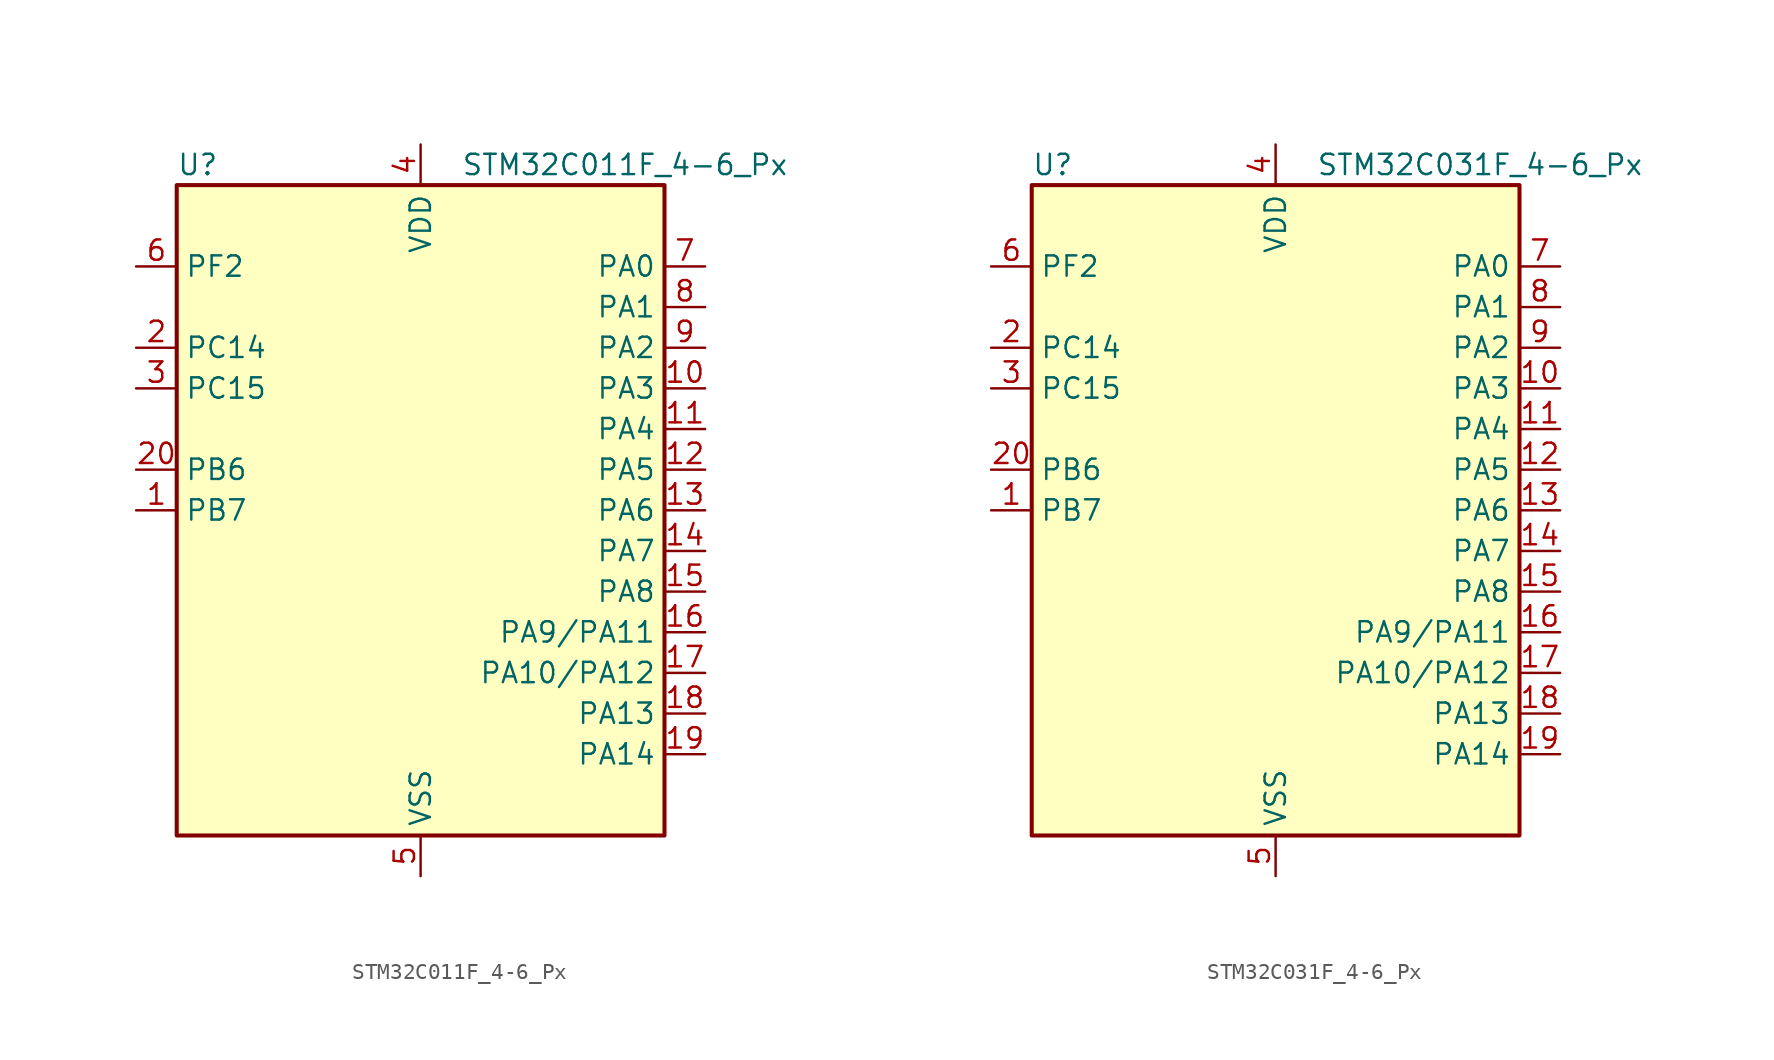
<source format=kicad_sym>
(kicad_symbol_lib
  (version 20241209)
  (generator "kicad_symbol_editor")
  (generator_version "9.0")
  (symbol "STM32C011F_4-6_Px"
    (property "Reference" "U"
      (at -15.24 21.59 0)
      (effects (font (size 1.27 1.27)) (justify left)))
    (property "Value" "STM32C011F_4-6_Px"
      (at 2.54 21.59 0)
      (effects (font (size 1.27 1.27)) (justify left)))
    (symbol "STM32C011F_4-6_Px_0_1"
      (rectangle (start -15.24 -20.32) (end 15.24 20.32) (stroke (width 0.254) (type default)) (fill (type background))))
    (symbol "STM32C011F_4-6_Px_1_1"
      (pin bidirectional line (at -17.78 15.24 0) (length 2.54) (name "PF2" (effects (font (size 1.27 1.27)))) (number "6" (effects (font (size 1.27 1.27)))) (alternate "RCC_MCO" bidirectional line) (alternate "TIM1_CH4" bidirectional line))
      (pin bidirectional line (at -17.78 10.16 0) (length 2.54) (name "PC14" (effects (font (size 1.27 1.27)))) (number "2" (effects (font (size 1.27 1.27)))) (alternate "I2C1_SDA" bidirectional line) (alternate "IR_OUT" bidirectional line) (alternate "RCC_OSCX_IN" bidirectional line) (alternate "TIM17_CH1" bidirectional line) (alternate "TIM1_BKIN2" bidirectional line) (alternate "TIM1_ETR" bidirectional line) (alternate "TIM3_CH2" bidirectional line) (alternate "USART1_TX" bidirectional line) (alternate "USART2_CK" bidirectional line) (alternate "USART2_DE" bidirectional line) (alternate "USART2_RTS" bidirectional line))
      (pin bidirectional line (at -17.78 7.62 0) (length 2.54) (name "PC15" (effects (font (size 1.27 1.27)))) (number "3" (effects (font (size 1.27 1.27)))) (alternate "RCC_OSC32_EN" bidirectional line) (alternate "RCC_OSCX_OUT" bidirectional line) (alternate "RCC_OSC_EN" bidirectional line) (alternate "TIM1_ETR" bidirectional line) (alternate "TIM3_CH3" bidirectional line))
      (pin bidirectional line (at -17.78 2.54 0) (length 2.54) (name "PB6" (effects (font (size 1.27 1.27)))) (number "20" (effects (font (size 1.27 1.27)))) (alternate "I2C1_SCL" bidirectional line) (alternate "I2C1_SMBA" bidirectional line) (alternate "I2S1_CK" bidirectional line) (alternate "I2S1_MCK" bidirectional line) (alternate "I2S1_SD" bidirectional line) (alternate "PWR_WKUP3" bidirectional line) (alternate "SPI1_MISO" bidirectional line) (alternate "SPI1_MOSI" bidirectional line) (alternate "SPI1_SCK" bidirectional line) (alternate "TIM16_BKIN" bidirectional line) (alternate "TIM16_CH1N" bidirectional line) (alternate "TIM17_BKIN" bidirectional line) (alternate "TIM1_CH2" bidirectional line) (alternate "TIM1_CH3" bidirectional line) (alternate "TIM3_CH1" bidirectional line) (alternate "TIM3_CH2" bidirectional line) (alternate "TIM3_CH3" bidirectional line) (alternate "USART1_CK" bidirectional line) (alternate "USART1_CTS" bidirectional line) (alternate "USART1_DE" bidirectional line) (alternate "USART1_NSS" bidirectional line) (alternate "USART1_RTS" bidirectional line) (alternate "USART1_TX" bidirectional line))
      (pin bidirectional line (at -17.78 0 0) (length 2.54) (name "PB7" (effects (font (size 1.27 1.27)))) (number "1" (effects (font (size 1.27 1.27)))) (alternate "I2C1_SCL" bidirectional line) (alternate "I2C1_SDA" bidirectional line) (alternate "RTC_REFIN" bidirectional line) (alternate "TIM16_CH1" bidirectional line) (alternate "TIM17_CH1N" bidirectional line) (alternate "TIM1_CH4" bidirectional line) (alternate "TIM3_CH1" bidirectional line) (alternate "TIM3_CH4" bidirectional line) (alternate "USART1_RX" bidirectional line) (alternate "USART2_CTS" bidirectional line) (alternate "USART2_NSS" bidirectional line))
      (pin power_in line (at 0 22.86 270) (length 2.54) (name "VDD" (effects (font (size 1.27 1.27)))) (number "4" (effects (font (size 1.27 1.27)))))
      (pin power_in line (at 0 -22.86 90) (length 2.54) (name "VSS" (effects (font (size 1.27 1.27)))) (number "5" (effects (font (size 1.27 1.27)))))
      (pin bidirectional line (at 17.78 15.24 180) (length 2.54) (name "PA0" (effects (font (size 1.27 1.27)))) (number "7" (effects (font (size 1.27 1.27)))) (alternate "ADC1_IN0" bidirectional line) (alternate "PWR_WKUP1" bidirectional line) (alternate "TIM16_CH1" bidirectional line) (alternate "TIM1_CH1" bidirectional line) (alternate "USART1_TX" bidirectional line) (alternate "USART2_CTS" bidirectional line) (alternate "USART2_NSS" bidirectional line))
      (pin bidirectional line (at 17.78 12.7 180) (length 2.54) (name "PA1" (effects (font (size 1.27 1.27)))) (number "8" (effects (font (size 1.27 1.27)))) (alternate "ADC1_IN1" bidirectional line) (alternate "I2C1_SMBA" bidirectional line) (alternate "I2S1_CK" bidirectional line) (alternate "SPI1_SCK" bidirectional line) (alternate "TIM17_CH1" bidirectional line) (alternate "TIM1_CH2" bidirectional line) (alternate "USART1_RX" bidirectional line) (alternate "USART2_CK" bidirectional line) (alternate "USART2_DE" bidirectional line) (alternate "USART2_RTS" bidirectional line))
      (pin bidirectional line (at 17.78 10.16 180) (length 2.54) (name "PA2" (effects (font (size 1.27 1.27)))) (number "9" (effects (font (size 1.27 1.27)))) (alternate "ADC1_IN2" bidirectional line) (alternate "I2S1_SD" bidirectional line) (alternate "PWR_WKUP4" bidirectional line) (alternate "RCC_LSCO" bidirectional line) (alternate "SPI1_MOSI" bidirectional line) (alternate "TIM16_CH1N" bidirectional line) (alternate "TIM1_CH3" bidirectional line) (alternate "TIM3_ETR" bidirectional line) (alternate "USART2_TX" bidirectional line))
      (pin bidirectional line (at 17.78 7.62 180) (length 2.54) (name "PA3" (effects (font (size 1.27 1.27)))) (number "10" (effects (font (size 1.27 1.27)))) (alternate "ADC1_IN3" bidirectional line) (alternate "TIM1_CH1N" bidirectional line) (alternate "TIM1_CH4" bidirectional line) (alternate "USART2_RX" bidirectional line))
      (pin bidirectional line (at 17.78 5.08 180) (length 2.54) (name "PA4" (effects (font (size 1.27 1.27)))) (number "11" (effects (font (size 1.27 1.27)))) (alternate "ADC1_IN4" bidirectional line) (alternate "I2S1_WS" bidirectional line) (alternate "PWR_WKUP2" bidirectional line) (alternate "RTC_OUT1" bidirectional line) (alternate "RTC_TS" bidirectional line) (alternate "SPI1_NSS" bidirectional line) (alternate "TIM14_CH1" bidirectional line) (alternate "TIM17_CH1N" bidirectional line) (alternate "TIM1_CH2N" bidirectional line) (alternate "USART2_TX" bidirectional line))
      (pin bidirectional line (at 17.78 2.54 180) (length 2.54) (name "PA5" (effects (font (size 1.27 1.27)))) (number "12" (effects (font (size 1.27 1.27)))) (alternate "ADC1_IN5" bidirectional line) (alternate "I2S1_CK" bidirectional line) (alternate "SPI1_SCK" bidirectional line) (alternate "TIM1_CH1" bidirectional line) (alternate "TIM1_CH3N" bidirectional line) (alternate "USART2_RX" bidirectional line))
      (pin bidirectional line (at 17.78 0 180) (length 2.54) (name "PA6" (effects (font (size 1.27 1.27)))) (number "13" (effects (font (size 1.27 1.27)))) (alternate "ADC1_IN6" bidirectional line) (alternate "I2S1_MCK" bidirectional line) (alternate "SPI1_MISO" bidirectional line) (alternate "TIM16_CH1" bidirectional line) (alternate "TIM1_BKIN" bidirectional line) (alternate "TIM3_CH1" bidirectional line))
      (pin bidirectional line (at 17.78 -2.54 180) (length 2.54) (name "PA7" (effects (font (size 1.27 1.27)))) (number "14" (effects (font (size 1.27 1.27)))) (alternate "ADC1_IN7" bidirectional line) (alternate "I2S1_SD" bidirectional line) (alternate "SPI1_MOSI" bidirectional line) (alternate "TIM14_CH1" bidirectional line) (alternate "TIM17_CH1" bidirectional line) (alternate "TIM1_CH1N" bidirectional line) (alternate "TIM3_CH2" bidirectional line))
      (pin bidirectional line (at 17.78 -5.08 180) (length 2.54) (name "PA8" (effects (font (size 1.27 1.27)))) (number "15" (effects (font (size 1.27 1.27)))) (alternate "ADC1_IN8" bidirectional line) (alternate "I2S1_WS" bidirectional line) (alternate "RCC_MCO" bidirectional line) (alternate "RCC_MCO_2" bidirectional line) (alternate "SPI1_NSS" bidirectional line) (alternate "TIM14_CH1" bidirectional line) (alternate "TIM1_CH1" bidirectional line) (alternate "TIM1_CH2N" bidirectional line) (alternate "TIM1_CH3N" bidirectional line) (alternate "TIM3_CH3" bidirectional line) (alternate "TIM3_CH4" bidirectional line) (alternate "USART1_RX" bidirectional line) (alternate "USART2_TX" bidirectional line))
      (pin bidirectional line (at 17.78 -7.62 180) (length 2.54) (name "PA9/PA11" (effects (font (size 1.27 1.27)))) (number "16" (effects (font (size 1.27 1.27)))) (alternate "ADC1_EXTI11 (PA11)" bidirectional line) (alternate "ADC1_IN11 (PA11)" bidirectional line) (alternate "I2C1_SCL (PA9)" bidirectional line) (alternate "I2S1_MCK (PA11)" bidirectional line) (alternate "PA11" bidirectional line) (alternate "PA9" bidirectional line) (alternate "RCC_MCO (PA9)" bidirectional line) (alternate "SPI1_MISO (PA11)" bidirectional line) (alternate "TIM1_BKIN2 (PA11)" bidirectional line) (alternate "TIM1_CH2 (PA9)" bidirectional line) (alternate "TIM1_CH4 (PA11)" bidirectional line) (alternate "TIM3_ETR (PA9)" bidirectional line) (alternate "USART1_CTS (PA11)" bidirectional line) (alternate "USART1_NSS (PA11)" bidirectional line) (alternate "USART1_TX (PA9)" bidirectional line))
      (pin bidirectional line (at 17.78 -10.16 180) (length 2.54) (name "PA10/PA12" (effects (font (size 1.27 1.27)))) (number "17" (effects (font (size 1.27 1.27)))) (alternate "ADC1_IN12 (PA12)" bidirectional line) (alternate "I2C1_SDA (PA10)" bidirectional line) (alternate "I2S1_SD (PA12)" bidirectional line) (alternate "I2S_CKIN (PA12)" bidirectional line) (alternate "PA10" bidirectional line) (alternate "PA12" bidirectional line) (alternate "RCC_MCO_2 (PA10)" bidirectional line) (alternate "SPI1_MOSI (PA12)" bidirectional line) (alternate "TIM17_BKIN (PA10)" bidirectional line) (alternate "TIM1_CH3 (PA10)" bidirectional line) (alternate "TIM1_ETR (PA12)" bidirectional line) (alternate "USART1_CK (PA12)" bidirectional line) (alternate "USART1_DE (PA12)" bidirectional line) (alternate "USART1_RTS (PA12)" bidirectional line) (alternate "USART1_RX (PA10)" bidirectional line))
      (pin bidirectional line (at 17.78 -12.7 180) (length 2.54) (name "PA13" (effects (font (size 1.27 1.27)))) (number "18" (effects (font (size 1.27 1.27)))) (alternate "ADC1_IN13" bidirectional line) (alternate "DEBUG_SWDIO" bidirectional line) (alternate "IR_OUT" bidirectional line) (alternate "TIM3_ETR" bidirectional line) (alternate "USART2_RX" bidirectional line))
      (pin bidirectional line (at 17.78 -15.24 180) (length 2.54) (name "PA14" (effects (font (size 1.27 1.27)))) (number "19" (effects (font (size 1.27 1.27)))) (alternate "ADC1_IN14" bidirectional line) (alternate "DEBUG_SWCLK" bidirectional line) (alternate "I2S1_WS" bidirectional line) (alternate "RCC_MCO_2" bidirectional line) (alternate "SPI1_NSS" bidirectional line) (alternate "TIM1_CH1" bidirectional line) (alternate "USART1_CK" bidirectional line) (alternate "USART1_DE" bidirectional line) (alternate "USART1_RTS" bidirectional line) (alternate "USART2_RX" bidirectional line) (alternate "USART2_TX" bidirectional line))))
  (symbol "STM32C031F_4-6_Px"
    (property "Reference" "U"
      (at -15.24 21.59 0)
      (effects (font (size 1.27 1.27)) (justify left)))
    (property "Value" "STM32C031F_4-6_Px"
      (at 2.54 21.59 0)
      (effects (font (size 1.27 1.27)) (justify left)))
    (symbol "STM32C031F_4-6_Px_0_1"
      (rectangle (start -15.24 -20.32) (end 15.24 20.32) (stroke (width 0.254) (type default)) (fill (type background))))
    (symbol "STM32C031F_4-6_Px_1_1"
      (pin bidirectional line (at -17.78 15.24 0) (length 2.54) (name "PF2" (effects (font (size 1.27 1.27)))) (number "6" (effects (font (size 1.27 1.27)))) (alternate "RCC_MCO" bidirectional line) (alternate "TIM1_CH4" bidirectional line))
      (pin bidirectional line (at -17.78 10.16 0) (length 2.54) (name "PC14" (effects (font (size 1.27 1.27)))) (number "2" (effects (font (size 1.27 1.27)))) (alternate "I2C1_SDA" bidirectional line) (alternate "IR_OUT" bidirectional line) (alternate "RCC_OSCX_IN" bidirectional line) (alternate "TIM17_CH1" bidirectional line) (alternate "TIM1_BKIN2" bidirectional line) (alternate "TIM1_ETR" bidirectional line) (alternate "TIM3_CH2" bidirectional line) (alternate "USART1_TX" bidirectional line) (alternate "USART2_CK" bidirectional line) (alternate "USART2_DE" bidirectional line) (alternate "USART2_RTS" bidirectional line))
      (pin bidirectional line (at -17.78 7.62 0) (length 2.54) (name "PC15" (effects (font (size 1.27 1.27)))) (number "3" (effects (font (size 1.27 1.27)))) (alternate "RCC_OSC32_EN" bidirectional line) (alternate "RCC_OSCX_OUT" bidirectional line) (alternate "RCC_OSC_EN" bidirectional line) (alternate "TIM1_ETR" bidirectional line) (alternate "TIM3_CH3" bidirectional line))
      (pin bidirectional line (at -17.78 2.54 0) (length 2.54) (name "PB6" (effects (font (size 1.27 1.27)))) (number "20" (effects (font (size 1.27 1.27)))) (alternate "I2C1_SCL" bidirectional line) (alternate "I2C1_SMBA" bidirectional line) (alternate "I2S1_CK" bidirectional line) (alternate "I2S1_MCK" bidirectional line) (alternate "I2S1_SD" bidirectional line) (alternate "PWR_WKUP3" bidirectional line) (alternate "SPI1_MISO" bidirectional line) (alternate "SPI1_MOSI" bidirectional line) (alternate "SPI1_SCK" bidirectional line) (alternate "TIM16_BKIN" bidirectional line) (alternate "TIM16_CH1N" bidirectional line) (alternate "TIM17_BKIN" bidirectional line) (alternate "TIM1_CH2" bidirectional line) (alternate "TIM1_CH3" bidirectional line) (alternate "TIM3_CH1" bidirectional line) (alternate "TIM3_CH2" bidirectional line) (alternate "TIM3_CH3" bidirectional line) (alternate "USART1_CK" bidirectional line) (alternate "USART1_CTS" bidirectional line) (alternate "USART1_DE" bidirectional line) (alternate "USART1_NSS" bidirectional line) (alternate "USART1_RTS" bidirectional line) (alternate "USART1_TX" bidirectional line))
      (pin bidirectional line (at -17.78 0 0) (length 2.54) (name "PB7" (effects (font (size 1.27 1.27)))) (number "1" (effects (font (size 1.27 1.27)))) (alternate "I2C1_SCL" bidirectional line) (alternate "I2C1_SDA" bidirectional line) (alternate "RTC_REFIN" bidirectional line) (alternate "TIM16_CH1" bidirectional line) (alternate "TIM17_CH1N" bidirectional line) (alternate "TIM1_CH4" bidirectional line) (alternate "TIM3_CH1" bidirectional line) (alternate "TIM3_CH4" bidirectional line) (alternate "USART1_RX" bidirectional line) (alternate "USART2_CTS" bidirectional line) (alternate "USART2_NSS" bidirectional line))
      (pin power_in line (at 0 22.86 270) (length 2.54) (name "VDD" (effects (font (size 1.27 1.27)))) (number "4" (effects (font (size 1.27 1.27)))))
      (pin power_in line (at 0 -22.86 90) (length 2.54) (name "VSS" (effects (font (size 1.27 1.27)))) (number "5" (effects (font (size 1.27 1.27)))))
      (pin bidirectional line (at 17.78 15.24 180) (length 2.54) (name "PA0" (effects (font (size 1.27 1.27)))) (number "7" (effects (font (size 1.27 1.27)))) (alternate "ADC1_IN0" bidirectional line) (alternate "PWR_WKUP1" bidirectional line) (alternate "TIM16_CH1" bidirectional line) (alternate "TIM1_CH1" bidirectional line) (alternate "USART1_TX" bidirectional line) (alternate "USART2_CTS" bidirectional line) (alternate "USART2_NSS" bidirectional line))
      (pin bidirectional line (at 17.78 12.7 180) (length 2.54) (name "PA1" (effects (font (size 1.27 1.27)))) (number "8" (effects (font (size 1.27 1.27)))) (alternate "ADC1_IN1" bidirectional line) (alternate "I2C1_SMBA" bidirectional line) (alternate "I2S1_CK" bidirectional line) (alternate "SPI1_SCK" bidirectional line) (alternate "TIM17_CH1" bidirectional line) (alternate "TIM1_CH2" bidirectional line) (alternate "USART1_RX" bidirectional line) (alternate "USART2_CK" bidirectional line) (alternate "USART2_DE" bidirectional line) (alternate "USART2_RTS" bidirectional line))
      (pin bidirectional line (at 17.78 10.16 180) (length 2.54) (name "PA2" (effects (font (size 1.27 1.27)))) (number "9" (effects (font (size 1.27 1.27)))) (alternate "ADC1_IN2" bidirectional line) (alternate "I2S1_SD" bidirectional line) (alternate "PWR_WKUP4" bidirectional line) (alternate "RCC_LSCO" bidirectional line) (alternate "SPI1_MOSI" bidirectional line) (alternate "TIM16_CH1N" bidirectional line) (alternate "TIM1_CH3" bidirectional line) (alternate "TIM3_ETR" bidirectional line) (alternate "USART2_TX" bidirectional line))
      (pin bidirectional line (at 17.78 7.62 180) (length 2.54) (name "PA3" (effects (font (size 1.27 1.27)))) (number "10" (effects (font (size 1.27 1.27)))) (alternate "ADC1_IN3" bidirectional line) (alternate "TIM1_CH1N" bidirectional line) (alternate "TIM1_CH4" bidirectional line) (alternate "USART2_RX" bidirectional line))
      (pin bidirectional line (at 17.78 5.08 180) (length 2.54) (name "PA4" (effects (font (size 1.27 1.27)))) (number "11" (effects (font (size 1.27 1.27)))) (alternate "ADC1_IN4" bidirectional line) (alternate "I2S1_WS" bidirectional line) (alternate "PWR_WKUP2" bidirectional line) (alternate "RTC_OUT1" bidirectional line) (alternate "RTC_TS" bidirectional line) (alternate "SPI1_NSS" bidirectional line) (alternate "TIM14_CH1" bidirectional line) (alternate "TIM17_CH1N" bidirectional line) (alternate "TIM1_CH2N" bidirectional line) (alternate "USART2_TX" bidirectional line))
      (pin bidirectional line (at 17.78 2.54 180) (length 2.54) (name "PA5" (effects (font (size 1.27 1.27)))) (number "12" (effects (font (size 1.27 1.27)))) (alternate "ADC1_IN5" bidirectional line) (alternate "I2S1_CK" bidirectional line) (alternate "SPI1_SCK" bidirectional line) (alternate "TIM1_CH1" bidirectional line) (alternate "TIM1_CH3N" bidirectional line) (alternate "USART2_RX" bidirectional line))
      (pin bidirectional line (at 17.78 0 180) (length 2.54) (name "PA6" (effects (font (size 1.27 1.27)))) (number "13" (effects (font (size 1.27 1.27)))) (alternate "ADC1_IN6" bidirectional line) (alternate "I2S1_MCK" bidirectional line) (alternate "SPI1_MISO" bidirectional line) (alternate "TIM16_CH1" bidirectional line) (alternate "TIM1_BKIN" bidirectional line) (alternate "TIM3_CH1" bidirectional line))
      (pin bidirectional line (at 17.78 -2.54 180) (length 2.54) (name "PA7" (effects (font (size 1.27 1.27)))) (number "14" (effects (font (size 1.27 1.27)))) (alternate "ADC1_IN7" bidirectional line) (alternate "I2S1_SD" bidirectional line) (alternate "SPI1_MOSI" bidirectional line) (alternate "TIM14_CH1" bidirectional line) (alternate "TIM17_CH1" bidirectional line) (alternate "TIM1_CH1N" bidirectional line) (alternate "TIM3_CH2" bidirectional line))
      (pin bidirectional line (at 17.78 -5.08 180) (length 2.54) (name "PA8" (effects (font (size 1.27 1.27)))) (number "15" (effects (font (size 1.27 1.27)))) (alternate "ADC1_IN8" bidirectional line) (alternate "I2S1_WS" bidirectional line) (alternate "RCC_MCO" bidirectional line) (alternate "RCC_MCO_2" bidirectional line) (alternate "SPI1_NSS" bidirectional line) (alternate "TIM14_CH1" bidirectional line) (alternate "TIM1_CH1" bidirectional line) (alternate "TIM1_CH2N" bidirectional line) (alternate "TIM1_CH3N" bidirectional line) (alternate "TIM3_CH3" bidirectional line) (alternate "TIM3_CH4" bidirectional line) (alternate "USART1_RX" bidirectional line) (alternate "USART2_TX" bidirectional line))
      (pin bidirectional line (at 17.78 -7.62 180) (length 2.54) (name "PA9/PA11" (effects (font (size 1.27 1.27)))) (number "16" (effects (font (size 1.27 1.27)))) (alternate "ADC1_EXTI11 (PA11)" bidirectional line) (alternate "ADC1_IN11 (PA11)" bidirectional line) (alternate "I2C1_SCL (PA9)" bidirectional line) (alternate "I2S1_MCK (PA11)" bidirectional line) (alternate "PA11" bidirectional line) (alternate "PA9" bidirectional line) (alternate "RCC_MCO (PA9)" bidirectional line) (alternate "SPI1_MISO (PA11)" bidirectional line) (alternate "TIM1_BKIN2 (PA11)" bidirectional line) (alternate "TIM1_CH2 (PA9)" bidirectional line) (alternate "TIM1_CH4 (PA11)" bidirectional line) (alternate "TIM3_ETR (PA9)" bidirectional line) (alternate "USART1_CTS (PA11)" bidirectional line) (alternate "USART1_NSS (PA11)" bidirectional line) (alternate "USART1_TX (PA9)" bidirectional line))
      (pin bidirectional line (at 17.78 -10.16 180) (length 2.54) (name "PA10/PA12" (effects (font (size 1.27 1.27)))) (number "17" (effects (font (size 1.27 1.27)))) (alternate "ADC1_IN12 (PA12)" bidirectional line) (alternate "I2C1_SDA (PA10)" bidirectional line) (alternate "I2S1_SD (PA12)" bidirectional line) (alternate "I2S_CKIN (PA12)" bidirectional line) (alternate "PA10" bidirectional line) (alternate "PA12" bidirectional line) (alternate "RCC_MCO_2 (PA10)" bidirectional line) (alternate "SPI1_MOSI (PA12)" bidirectional line) (alternate "TIM17_BKIN (PA10)" bidirectional line) (alternate "TIM1_CH3 (PA10)" bidirectional line) (alternate "TIM1_ETR (PA12)" bidirectional line) (alternate "USART1_CK (PA12)" bidirectional line) (alternate "USART1_DE (PA12)" bidirectional line) (alternate "USART1_RTS (PA12)" bidirectional line) (alternate "USART1_RX (PA10)" bidirectional line))
      (pin bidirectional line (at 17.78 -12.7 180) (length 2.54) (name "PA13" (effects (font (size 1.27 1.27)))) (number "18" (effects (font (size 1.27 1.27)))) (alternate "ADC1_IN13" bidirectional line) (alternate "DEBUG_SWDIO" bidirectional line) (alternate "IR_OUT" bidirectional line) (alternate "TIM3_ETR" bidirectional line) (alternate "USART2_RX" bidirectional line))
      (pin bidirectional line (at 17.78 -15.24 180) (length 2.54) (name "PA14" (effects (font (size 1.27 1.27)))) (number "19" (effects (font (size 1.27 1.27)))) (alternate "ADC1_IN14" bidirectional line) (alternate "DEBUG_SWCLK" bidirectional line) (alternate "I2S1_WS" bidirectional line) (alternate "RCC_MCO_2" bidirectional line) (alternate "SPI1_NSS" bidirectional line) (alternate "TIM1_CH1" bidirectional line) (alternate "USART1_CK" bidirectional line) (alternate "USART1_DE" bidirectional line) (alternate "USART1_RTS" bidirectional line) (alternate "USART2_RX" bidirectional line) (alternate "USART2_TX" bidirectional line)))))
</source>
